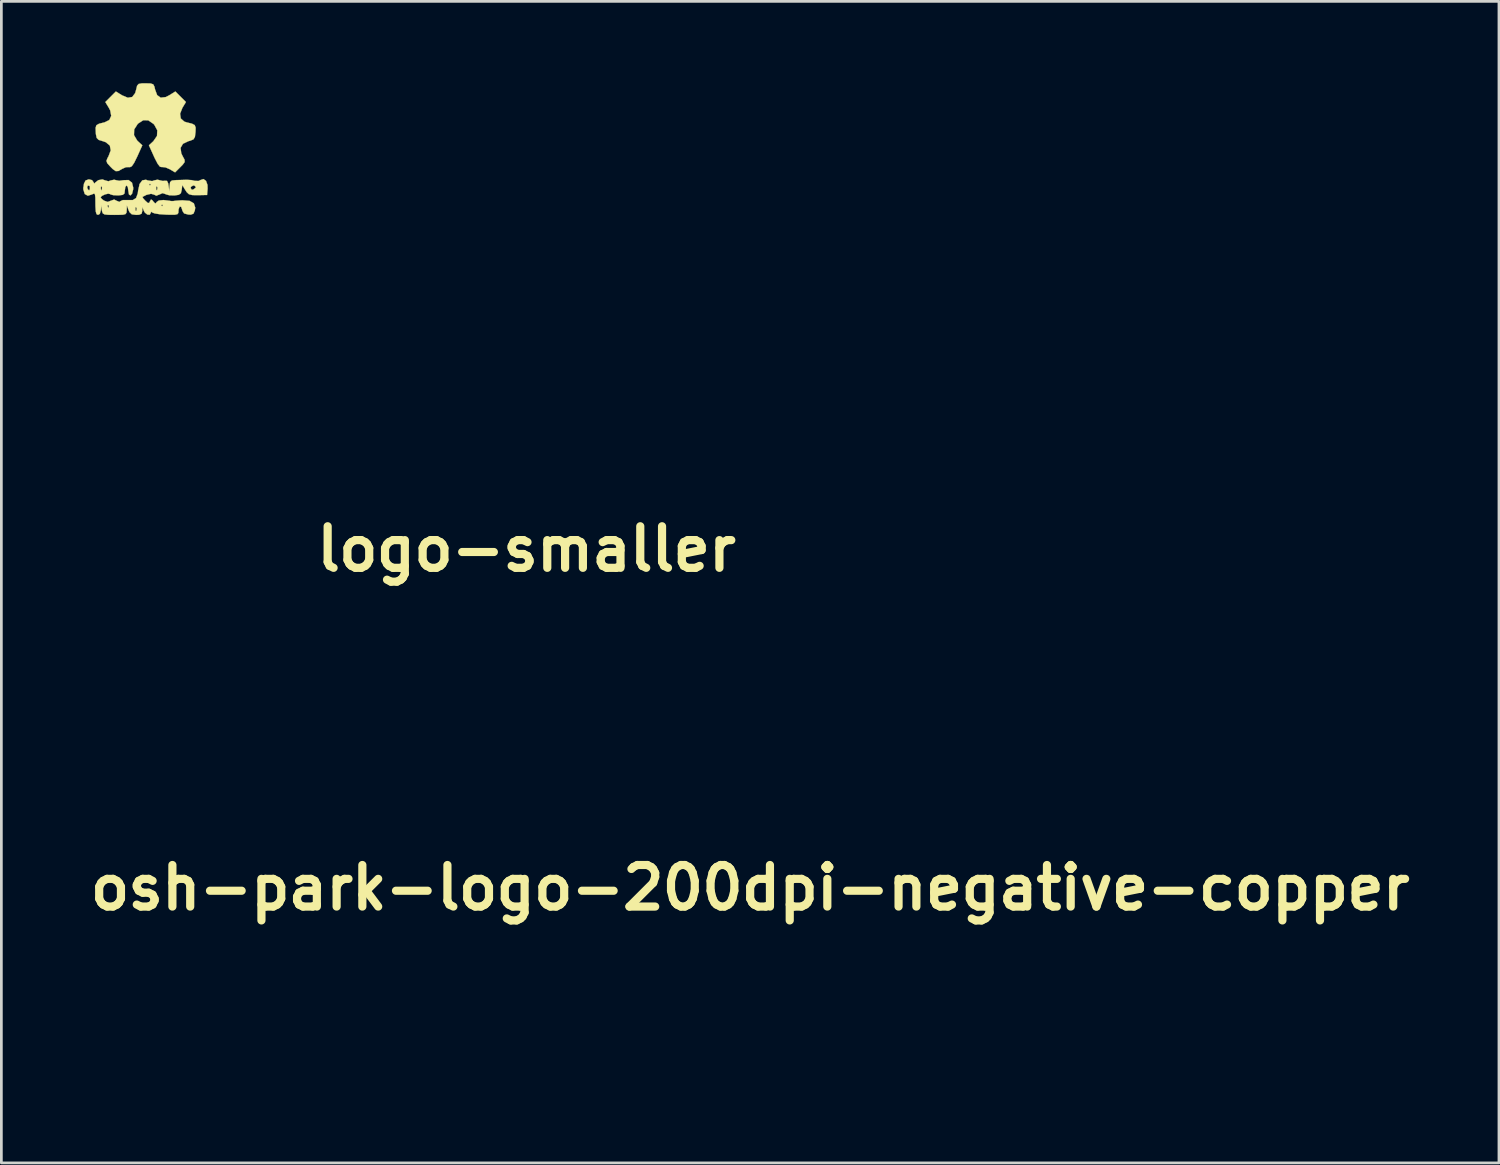
<source format=kicad_pcb>
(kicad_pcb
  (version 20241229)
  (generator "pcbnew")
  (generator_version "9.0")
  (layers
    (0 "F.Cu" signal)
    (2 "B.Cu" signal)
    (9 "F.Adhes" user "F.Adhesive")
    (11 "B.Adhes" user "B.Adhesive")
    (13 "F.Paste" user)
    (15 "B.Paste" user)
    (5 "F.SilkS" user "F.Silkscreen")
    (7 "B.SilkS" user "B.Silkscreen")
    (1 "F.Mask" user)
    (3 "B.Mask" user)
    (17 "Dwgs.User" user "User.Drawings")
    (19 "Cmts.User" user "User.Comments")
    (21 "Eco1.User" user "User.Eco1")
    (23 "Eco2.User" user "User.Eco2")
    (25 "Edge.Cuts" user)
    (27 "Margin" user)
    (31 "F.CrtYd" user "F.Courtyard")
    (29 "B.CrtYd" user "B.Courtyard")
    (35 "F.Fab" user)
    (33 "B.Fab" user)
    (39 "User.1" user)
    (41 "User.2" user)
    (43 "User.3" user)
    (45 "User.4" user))
  (footprint "osh-park-logo-200dpi-negative-copper"
    (layer "F.Cu")
    (at 24.464 29.511)
    (property "Reference" "osh-park-logo-200dpi-negative-copper" (at 0 0 0) (layer "F.SilkS") (effects (font (size 1.524 1.524) (thickness 0.3))))
    (attr through_hole)
    (fp_poly (pts (xy -1.778 -7.938) (xy -1.841 -7.874) (xy -1.905 -7.938) (xy -1.841 -8.001) (xy -1.778 -7.938)) (stroke (width 0.01) (type solid)) (fill yes) (layer "F.Mask"))
    (fp_poly (pts (xy 1.905 -7.938) (xy 1.841 -7.874) (xy 1.778 -7.938) (xy 1.841 -8.001) (xy 1.905 -7.938)) (stroke (width 0.01) (type solid)) (fill yes) (layer "F.Mask"))
    (fp_poly (pts (xy 0.366 -7.283) (xy 0.618 -7.016) (xy 0.837 -6.538) (xy 0.961 -6.138) (xy 1.135 -5.622) (xy 1.327 -5.339) (xy 1.569 -5.282) (xy 1.894 -5.443) (xy 2.334 -5.816) (xy 2.367 -5.847) (xy 2.872 -6.263) (xy 3.284 -6.458) (xy 3.627 -6.44) (xy 3.864 -6.277) (xy 3.994 -6.114) (xy 4.049 -5.92) (xy 4.029 -5.632) (xy 3.933 -5.19) (xy 3.866 -4.926) (xy 3.763 -4.497) (xy 3.732 -4.236) (xy 3.775 -4.068) (xy 3.878 -3.933) (xy 4.026 -3.8) (xy 4.199 -3.766) (xy 4.484 -3.824) (xy 4.678 -3.882) (xy 5.365 -4.032) (xy 5.904 -4.027) (xy 6.275 -3.873) (xy 6.46 -3.574) (xy 6.477 -3.412) (xy 6.394 -3.2) (xy 6.174 -2.878) (xy 5.863 -2.511) (xy 5.832 -2.478) (xy 5.429 -2.013) (xy 5.234 -1.669) (xy 5.255 -1.414) (xy 5.496 -1.216) (xy 5.963 -1.043) (xy 6.093 -1.007) (xy 6.676 -0.795) (xy 7.103 -0.534) (xy 7.335 -0.249) (xy 7.366 -0.107) (xy 7.251 0.132) (xy 6.946 0.384) (xy 6.509 0.61) (xy 6.052 0.758) (xy 5.521 0.922) (xy 5.236 1.118) (xy 5.188 1.371) (xy 5.37 1.709) (xy 5.649 2.032) (xy 6.073 2.503) (xy 6.32 2.855) (xy 6.41 3.132) (xy 6.362 3.378) (xy 6.293 3.501) (xy 6.092 3.709) (xy 5.81 3.797) (xy 5.399 3.769) (xy 4.811 3.628) (xy 4.736 3.606) (xy 4.331 3.497) (xy 4.089 3.467) (xy 3.936 3.517) (xy 3.834 3.604) (xy 3.735 3.731) (xy 3.699 3.893) (xy 3.727 4.155) (xy 3.82 4.582) (xy 3.851 4.715) (xy 3.96 5.197) (xy 4.002 5.506) (xy 3.98 5.714) (xy 3.894 5.891) (xy 3.873 5.924) (xy 3.629 6.164) (xy 3.327 6.204) (xy 2.943 6.038) (xy 2.455 5.661) (xy 2.363 5.578) (xy 1.897 5.194) (xy 1.553 5.018) (xy 1.304 5.051) (xy 1.125 5.295) (xy 1.019 5.627) (xy 0.79 6.348) (xy 0.517 6.829) (xy 0.202 7.066) (xy 0.103 7.088) (xy -0.229 7.037) (xy -0.427 6.834) (xy -0.566 6.549) (xy -0.725 6.128) (xy -0.823 5.817) (xy -0.994 5.328) (xy -1.184 5.062) (xy -1.427 5.015) (xy -1.757 5.18) (xy -2.207 5.551) (xy -2.236 5.578) (xy -2.78 6) (xy -3.223 6.194) (xy -3.553 6.168) (xy -3.76 5.934) (xy -3.832 5.5) (xy -3.757 4.876) (xy -3.638 4.42) (xy -3.538 4.052) (xy -3.528 3.837) (xy -3.611 3.689) (xy -3.684 3.619) (xy -3.832 3.512) (xy -4.007 3.478) (xy -4.285 3.518) (xy -4.672 3.612) (xy -5.25 3.748) (xy -5.642 3.795) (xy -5.903 3.749) (xy -6.087 3.607) (xy -6.166 3.501) (xy -6.275 3.254) (xy -6.256 2.998) (xy -6.089 2.688) (xy -5.755 2.282) (xy -5.522 2.032) (xy -5.172 1.608) (xy -5.048 1.288) (xy -5.157 1.047) (xy -5.506 0.862) (xy -5.929 0.746) (xy -6.452 0.578) (xy -6.881 0.344) (xy -7.161 0.082) (xy -7.237 -0.121) (xy -3.717 -0.121) (xy -3.627 0.716) (xy -3.506 1.134) (xy -3.064 1.986) (xy -2.449 2.677) (xy -1.701 3.195) (xy -0.857 3.523) (xy 0.047 3.647) (xy 0.972 3.553) (xy 1.831 3.249) (xy 2.63 2.726) (xy 3.261 2.045) (xy 3.709 1.244) (xy 3.957 0.365) (xy 3.993 -0.552) (xy 3.8 -1.468) (xy 3.69 -1.749) (xy 3.322 -2.362) (xy 2.796 -2.957) (xy 2.185 -3.464) (xy 1.564 -3.814) (xy 1.442 -3.86) (xy 0.64 -4.029) (xy -0.238 -4.042) (xy -1.062 -3.9) (xy -1.188 -3.86) (xy -1.807 -3.548) (xy -2.428 -3.065) (xy -2.976 -2.48) (xy -3.377 -1.863) (xy -3.43 -1.749) (xy -3.65 -0.98) (xy -3.717 -0.121) (xy -7.237 -0.121) (xy -7.239 -0.127) (xy -7.123 -0.382) (xy -6.813 -0.643) (xy -6.363 -0.872) (xy -5.925 -1.012) (xy -5.394 -1.176) (xy -5.109 -1.372) (xy -5.061 -1.625) (xy -5.243 -1.963) (xy -5.522 -2.286) (xy -5.946 -2.757) (xy -6.193 -3.109) (xy -6.283 -3.386) (xy -6.235 -3.632) (xy -6.166 -3.755) (xy -5.967 -3.96) (xy -5.684 -4.05) (xy -5.27 -4.03) (xy -4.678 -3.903) (xy -4.573 -3.875) (xy -4.162 -3.776) (xy -3.917 -3.756) (xy -3.762 -3.813) (xy -3.691 -3.875) (xy -3.601 -4.001) (xy -3.575 -4.181) (xy -3.614 -4.478) (xy -3.721 -4.954) (xy -3.724 -4.969) (xy -3.833 -5.451) (xy -3.875 -5.76) (xy -3.853 -5.968) (xy -3.767 -6.145) (xy -3.746 -6.178) (xy -3.489 -6.427) (xy -3.169 -6.463) (xy -2.77 -6.281) (xy -2.272 -5.878) (xy -2.24 -5.847) (xy -1.79 -5.46) (xy -1.456 -5.284) (xy -1.208 -5.328) (xy -1.013 -5.596) (xy -0.838 -6.097) (xy -0.826 -6.139) (xy -0.619 -6.754) (xy -0.394 -7.143) (xy -0.131 -7.335) (xy 0.064 -7.366) (xy 0.366 -7.283)) (stroke (width 0.01) (type solid)) (fill yes) (layer "F.Mask")))
  (footprint "logo-smaller"
    (layer "F.Cu")
    (at 16.261 17.087)
    (property "Reference" "logo-smaller" (at 0 0 0) (layer "F.SilkS") (effects (font (size 1.524 1.524) (thickness 0.3))))
    (attr through_hole)
    (fp_poly (pts (xy -13.786 -17.076) (xy -13.691 -17.044) (xy -13.647 -16.961) (xy -13.625 -16.86) (xy -13.548 -16.65) (xy -13.418 -16.555) (xy -13.235 -16.576) (xy -13.104 -16.642) (xy -12.879 -16.782) (xy -12.685 -16.588) (xy -12.492 -16.395) (xy -12.621 -16.182) (xy -12.706 -15.966) (xy -12.681 -15.793) (xy -12.551 -15.677) (xy -12.465 -15.649) (xy -12.269 -15.601) (xy -12.168 -15.548) (xy -12.135 -15.456) (xy -12.14 -15.294) (xy -12.141 -15.288) (xy -12.162 -15.115) (xy -12.216 -15.025) (xy -12.338 -14.975) (xy -12.4 -14.959) (xy -12.6 -14.864) (xy -12.688 -14.713) (xy -12.662 -14.513) (xy -12.606 -14.399) (xy -12.541 -14.278) (xy -12.538 -14.194) (xy -12.607 -14.099) (xy -12.692 -14.012) (xy -12.889 -13.815) (xy -13.084 -13.93) (xy -13.24 -13.997) (xy -13.364 -14.011) (xy -13.374 -14.008) (xy -13.444 -14.022) (xy -13.527 -14.127) (xy -13.635 -14.335) (xy -13.66 -14.389) (xy -13.849 -14.807) (xy -13.687 -14.957) (xy -13.553 -15.151) (xy -13.542 -15.359) (xy -13.654 -15.563) (xy -13.681 -15.592) (xy -13.871 -15.723) (xy -14.057 -15.727) (xy -14.247 -15.604) (xy -14.259 -15.592) (xy -14.389 -15.39) (xy -14.396 -15.182) (xy -14.28 -14.984) (xy -14.253 -14.957) (xy -14.091 -14.807) (xy -14.28 -14.389) (xy -14.392 -14.162) (xy -14.477 -14.039) (xy -14.547 -14.004) (xy -14.57 -14.009) (xy -14.692 -14.005) (xy -14.826 -13.945) (xy -14.965 -13.866) (xy -15.066 -13.86) (xy -15.176 -13.937) (xy -15.267 -14.028) (xy -15.377 -14.151) (xy -15.408 -14.237) (xy -15.369 -14.339) (xy -15.333 -14.401) (xy -15.25 -14.622) (xy -15.283 -14.798) (xy -15.43 -14.921) (xy -15.54 -14.959) (xy -15.692 -15.006) (xy -15.765 -15.078) (xy -15.794 -15.218) (xy -15.799 -15.288) (xy -15.805 -15.452) (xy -15.774 -15.545) (xy -15.676 -15.6) (xy -15.483 -15.648) (xy -15.475 -15.649) (xy -15.302 -15.736) (xy -15.232 -15.887) (xy -15.269 -16.087) (xy -15.319 -16.182) (xy -15.448 -16.395) (xy -15.255 -16.588) (xy -15.061 -16.782) (xy -14.836 -16.642) (xy -14.623 -16.553) (xy -14.462 -16.58) (xy -14.354 -16.723) (xy -14.315 -16.86) (xy -14.283 -16.993) (xy -14.226 -17.058) (xy -14.108 -17.08) (xy -13.97 -17.081) (xy -13.786 -17.076)) (stroke (width 0.01) (type solid)) (fill yes) (layer "F.SilkS"))
    (fp_poly (pts (xy -11.755 -13.503) (xy -11.701 -13.355) (xy -11.697 -13.213) (xy -11.716 -12.986) (xy -12.056 -12.979) (xy -12.259 -12.982) (xy -12.38 -13.012) (xy -12.461 -13.087) (xy -12.511 -13.162) (xy -12.559 -13.242) (xy -12.319 -13.242) (xy -12.277 -13.178) (xy -12.224 -13.185) (xy -12.14 -13.247) (xy -12.129 -13.278) (xy -12.18 -13.329) (xy -12.224 -13.335) (xy -12.308 -13.285) (xy -12.319 -13.242) (xy -12.559 -13.242) (xy -12.626 -13.352) (xy -12.647 -13.17) (xy -12.677 -13.049) (xy -12.754 -12.992) (xy -12.914 -12.969) (xy -13.094 -12.974) (xy -13.227 -13.009) (xy -13.242 -13.019) (xy -13.35 -13.053) (xy -13.455 -13.007) (xy -13.579 -12.959) (xy -13.659 -12.998) (xy -13.77 -13.029) (xy -13.939 -12.99) (xy -14.086 -12.915) (xy -14.063 -12.866) (xy -13.98 -12.774) (xy -13.886 -12.691) (xy -13.838 -12.699) (xy -13.812 -12.753) (xy -13.772 -12.823) (xy -13.721 -12.79) (xy -13.687 -12.746) (xy -13.618 -12.673) (xy -13.576 -12.706) (xy -13.569 -12.725) (xy -13.484 -12.783) (xy -13.314 -12.8) (xy -13.093 -12.774) (xy -13.049 -12.764) (xy -12.961 -12.761) (xy -12.954 -12.763) (xy -12.877 -12.774) (xy -12.718 -12.786) (xy -12.62 -12.791) (xy -12.358 -12.77) (xy -12.201 -12.68) (xy -12.15 -12.522) (xy -12.165 -12.418) (xy -12.215 -12.3) (xy -12.312 -12.264) (xy -12.406 -12.268) (xy -12.558 -12.308) (xy -12.621 -12.405) (xy -12.625 -12.43) (xy -12.668 -12.551) (xy -12.725 -12.559) (xy -12.761 -12.457) (xy -12.764 -12.412) (xy -12.769 -12.329) (xy -12.803 -12.282) (xy -12.893 -12.262) (xy -13.067 -12.26) (xy -13.224 -12.265) (xy -13.456 -12.28) (xy -13.636 -12.309) (xy -13.728 -12.343) (xy -13.731 -12.347) (xy -13.772 -12.373) (xy -13.779 -12.335) (xy -13.818 -12.262) (xy -13.906 -12.267) (xy -13.997 -12.338) (xy -14.032 -12.398) (xy -14.089 -12.541) (xy -14.093 -12.398) (xy -14.117 -12.3) (xy -14.206 -12.261) (xy -14.314 -12.255) (xy -14.475 -12.275) (xy -14.562 -12.356) (xy -14.595 -12.43) (xy -14.614 -12.483) (xy -14.346 -12.483) (xy -14.334 -12.401) (xy -14.313 -12.4) (xy -14.297 -12.485) (xy -14.308 -12.521) (xy -14.336 -12.545) (xy -14.346 -12.483) (xy -14.614 -12.483) (xy -14.658 -12.605) (xy -13.399 -12.605) (xy -13.367 -12.573) (xy -13.335 -12.605) (xy -13.367 -12.636) (xy -13.399 -12.605) (xy -14.658 -12.605) (xy -14.663 -12.43) (xy -14.671 -12.339) (xy -14.707 -12.286) (xy -14.798 -12.262) (xy -14.974 -12.256) (xy -15.109 -12.255) (xy -15.34 -12.258) (xy -15.474 -12.272) (xy -15.54 -12.31) (xy -15.567 -12.382) (xy -15.576 -12.43) (xy -15.597 -12.573) (xy -15.367 -12.573) (xy -15.344 -12.521) (xy -15.325 -12.531) (xy -15.317 -12.606) (xy -15.325 -12.615) (xy -15.362 -12.607) (xy -15.367 -12.573) (xy -15.597 -12.573) (xy -15.602 -12.605) (xy -15.611 -12.43) (xy -15.65 -12.293) (xy -15.716 -12.255) (xy -15.77 -12.283) (xy -15.799 -12.381) (xy -15.811 -12.574) (xy -15.812 -12.669) (xy -15.814 -12.889) (xy -15.827 -13.004) (xy -15.859 -13.039) (xy -15.918 -13.016) (xy -15.93 -13.008) (xy -16.089 -12.958) (xy -16.202 -13.02) (xy -16.254 -13.185) (xy -16.256 -13.23) (xy -16.25 -13.27) (xy -16.114 -13.27) (xy -16.092 -13.199) (xy -16.043 -13.151) (xy -16.016 -13.199) (xy -16.015 -13.245) (xy -15.616 -13.245) (xy -15.604 -13.163) (xy -15.583 -13.162) (xy -15.567 -13.247) (xy -15.578 -13.283) (xy -15.606 -13.307) (xy -15.616 -13.245) (xy -16.015 -13.245) (xy -16.015 -13.298) (xy -16.027 -13.318) (xy -16.088 -13.333) (xy -16.114 -13.27) (xy -16.25 -13.27) (xy -16.232 -13.399) (xy -16.174 -13.515) (xy -16.169 -13.519) (xy -16.052 -13.559) (xy -15.934 -13.53) (xy -15.875 -13.448) (xy -15.874 -13.439) (xy -15.855 -13.403) (xy -15.826 -13.435) (xy -15.707 -13.528) (xy -15.557 -13.557) (xy -15.458 -13.522) (xy -15.333 -13.488) (xy -15.257 -13.517) (xy -15.123 -13.546) (xy -15.053 -13.528) (xy -14.935 -13.506) (xy -14.787 -13.528) (xy -14.597 -13.534) (xy -14.47 -13.438) (xy -14.424 -13.253) (xy -14.427 -13.189) (xy -14.466 -13.033) (xy -14.526 -12.969) (xy -14.581 -13.003) (xy -14.605 -13.139) (xy -14.623 -13.275) (xy -14.666 -13.335) (xy -14.668 -13.335) (xy -14.714 -13.28) (xy -14.732 -13.158) (xy -14.744 -13.043) (xy -14.806 -12.99) (xy -14.952 -12.972) (xy -14.984 -12.971) (xy -15.153 -12.978) (xy -15.26 -13.007) (xy -15.272 -13.019) (xy -15.345 -13.034) (xy -15.466 -13.004) (xy -15.578 -12.949) (xy -15.621 -12.896) (xy -15.574 -12.837) (xy -15.494 -12.778) (xy -15.362 -12.731) (xy -15.245 -12.775) (xy -15.124 -12.819) (xy -15.029 -12.772) (xy -14.929 -12.731) (xy -14.893 -12.76) (xy -14.808 -12.798) (xy -14.658 -12.8) (xy -14.646 -12.799) (xy -14.442 -12.798) (xy -14.321 -12.873) (xy -14.258 -13.043) (xy -14.244 -13.154) (xy -14.223 -13.245) (xy -13.584 -13.245) (xy -13.572 -13.163) (xy -13.551 -13.162) (xy -13.535 -13.247) (xy -13.546 -13.283) (xy -13.574 -13.307) (xy -13.584 -13.245) (xy -14.223 -13.245) (xy -14.196 -13.367) (xy -13.843 -13.367) (xy -13.811 -13.335) (xy -13.78 -13.367) (xy -13.811 -13.399) (xy -13.843 -13.367) (xy -14.196 -13.367) (xy -14.191 -13.388) (xy -14.093 -13.522) (xy -13.959 -13.545) (xy -13.898 -13.521) (xy -13.729 -13.495) (xy -13.665 -13.519) (xy -13.533 -13.547) (xy -13.467 -13.529) (xy -13.338 -13.5) (xy -13.269 -13.508) (xy -13.185 -13.502) (xy -13.141 -13.41) (xy -13.127 -13.325) (xy -13.101 -13.113) (xy -13.091 -13.319) (xy -13.072 -13.458) (xy -13.006 -13.517) (xy -12.859 -13.531) (xy -12.646 -13.537) (xy -12.458 -13.543) (xy -12.281 -13.531) (xy -12.165 -13.504) (xy -12.026 -13.5) (xy -11.962 -13.532) (xy -11.848 -13.57) (xy -11.755 -13.503)) (stroke (width 0.01) (type solid)) (fill yes) (layer "F.SilkS")))
  (gr_rect
    (start -3 -3)
    (end 51.928 39.603)
    (stroke (width 0.1) (type default))
    (fill no)
    (layer "Edge.Cuts")))
</source>
